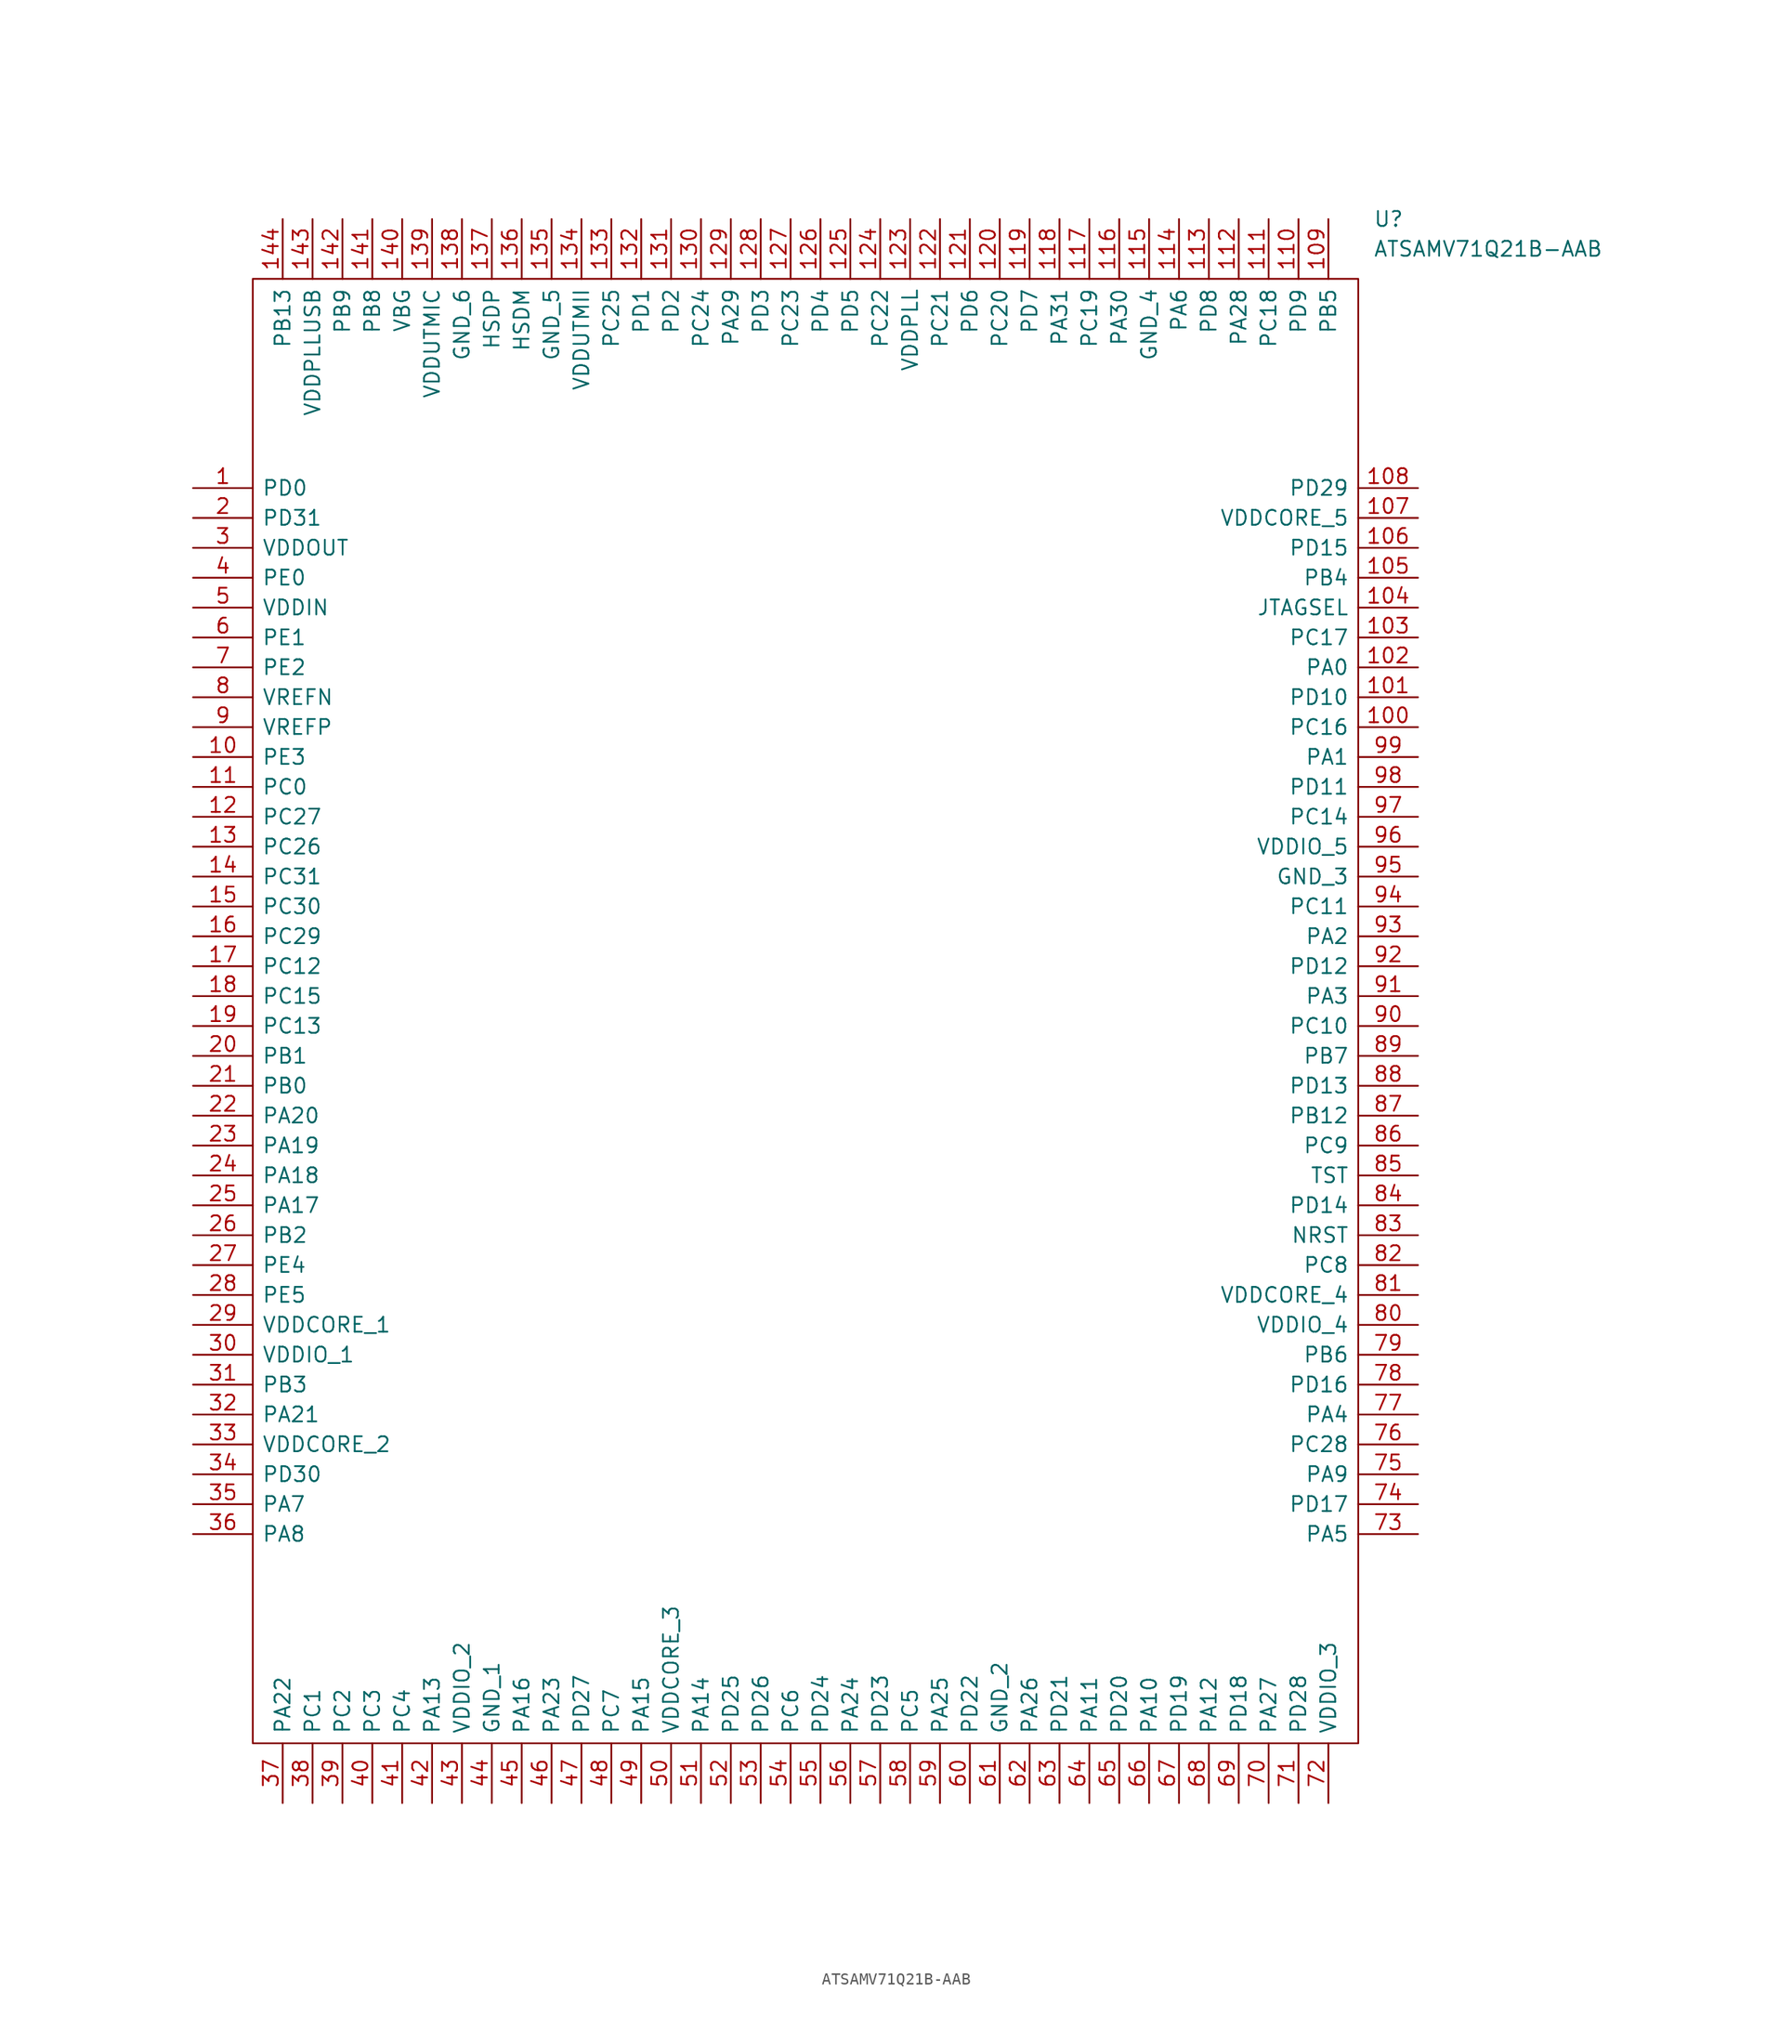
<source format=kicad_sym>
(kicad_symbol_lib
  (version 20211014)
  (generator kicad_symbol_editor)
  (symbol "ATSAMV71Q21B-AAB"
    (pin_names
      (offset 0.762))
    (property "Reference" "U"
      (at 100.33 22.86 0)
      (effects (font (size 1.27 1.27)) (justify left)))
    (property "Value" "ATSAMV71Q21B-AAB"
      (at 100.33 20.32 0)
      (effects (font (size 1.27 1.27)) (justify left)))
    (symbol "ATSAMV71Q21B-AAB_0_0"
      (pin passive line (at 0 0 0) (length 5.08) (name "PD0" (effects (font (size 1.27 1.27)))) (number "1" (effects (font (size 1.27 1.27)))))
      (pin passive line (at 0 -22.86 0) (length 5.08) (name "PE3" (effects (font (size 1.27 1.27)))) (number "10" (effects (font (size 1.27 1.27)))))
      (pin passive line (at 104.14 -20.32 180) (length 5.08) (name "PC16" (effects (font (size 1.27 1.27)))) (number "100" (effects (font (size 1.27 1.27)))))
      (pin passive line (at 104.14 -17.78 180) (length 5.08) (name "PD10" (effects (font (size 1.27 1.27)))) (number "101" (effects (font (size 1.27 1.27)))))
      (pin passive line (at 104.14 -15.24 180) (length 5.08) (name "PA0" (effects (font (size 1.27 1.27)))) (number "102" (effects (font (size 1.27 1.27)))))
      (pin passive line (at 104.14 -12.7 180) (length 5.08) (name "PC17" (effects (font (size 1.27 1.27)))) (number "103" (effects (font (size 1.27 1.27)))))
      (pin passive line (at 104.14 -10.16 180) (length 5.08) (name "JTAGSEL" (effects (font (size 1.27 1.27)))) (number "104" (effects (font (size 1.27 1.27)))))
      (pin passive line (at 104.14 -7.62 180) (length 5.08) (name "PB4" (effects (font (size 1.27 1.27)))) (number "105" (effects (font (size 1.27 1.27)))))
      (pin passive line (at 104.14 -5.08 180) (length 5.08) (name "PD15" (effects (font (size 1.27 1.27)))) (number "106" (effects (font (size 1.27 1.27)))))
      (pin passive line (at 104.14 -2.54 180) (length 5.08) (name "VDDCORE_5" (effects (font (size 1.27 1.27)))) (number "107" (effects (font (size 1.27 1.27)))))
      (pin passive line (at 104.14 0 180) (length 5.08) (name "PD29" (effects (font (size 1.27 1.27)))) (number "108" (effects (font (size 1.27 1.27)))))
      (pin passive line (at 96.52 22.86 270) (length 5.08) (name "PB5" (effects (font (size 1.27 1.27)))) (number "109" (effects (font (size 1.27 1.27)))))
      (pin passive line (at 0 -25.4 0) (length 5.08) (name "PC0" (effects (font (size 1.27 1.27)))) (number "11" (effects (font (size 1.27 1.27)))))
      (pin passive line (at 93.98 22.86 270) (length 5.08) (name "PD9" (effects (font (size 1.27 1.27)))) (number "110" (effects (font (size 1.27 1.27)))))
      (pin passive line (at 91.44 22.86 270) (length 5.08) (name "PC18" (effects (font (size 1.27 1.27)))) (number "111" (effects (font (size 1.27 1.27)))))
      (pin passive line (at 88.9 22.86 270) (length 5.08) (name "PA28" (effects (font (size 1.27 1.27)))) (number "112" (effects (font (size 1.27 1.27)))))
      (pin passive line (at 86.36 22.86 270) (length 5.08) (name "PD8" (effects (font (size 1.27 1.27)))) (number "113" (effects (font (size 1.27 1.27)))))
      (pin passive line (at 83.82 22.86 270) (length 5.08) (name "PA6" (effects (font (size 1.27 1.27)))) (number "114" (effects (font (size 1.27 1.27)))))
      (pin passive line (at 81.28 22.86 270) (length 5.08) (name "GND_4" (effects (font (size 1.27 1.27)))) (number "115" (effects (font (size 1.27 1.27)))))
      (pin passive line (at 78.74 22.86 270) (length 5.08) (name "PA30" (effects (font (size 1.27 1.27)))) (number "116" (effects (font (size 1.27 1.27)))))
      (pin passive line (at 76.2 22.86 270) (length 5.08) (name "PC19" (effects (font (size 1.27 1.27)))) (number "117" (effects (font (size 1.27 1.27)))))
      (pin passive line (at 73.66 22.86 270) (length 5.08) (name "PA31" (effects (font (size 1.27 1.27)))) (number "118" (effects (font (size 1.27 1.27)))))
      (pin passive line (at 71.12 22.86 270) (length 5.08) (name "PD7" (effects (font (size 1.27 1.27)))) (number "119" (effects (font (size 1.27 1.27)))))
      (pin passive line (at 0 -27.94 0) (length 5.08) (name "PC27" (effects (font (size 1.27 1.27)))) (number "12" (effects (font (size 1.27 1.27)))))
      (pin passive line (at 68.58 22.86 270) (length 5.08) (name "PC20" (effects (font (size 1.27 1.27)))) (number "120" (effects (font (size 1.27 1.27)))))
      (pin passive line (at 66.04 22.86 270) (length 5.08) (name "PD6" (effects (font (size 1.27 1.27)))) (number "121" (effects (font (size 1.27 1.27)))))
      (pin passive line (at 63.5 22.86 270) (length 5.08) (name "PC21" (effects (font (size 1.27 1.27)))) (number "122" (effects (font (size 1.27 1.27)))))
      (pin passive line (at 60.96 22.86 270) (length 5.08) (name "VDDPLL" (effects (font (size 1.27 1.27)))) (number "123" (effects (font (size 1.27 1.27)))))
      (pin passive line (at 58.42 22.86 270) (length 5.08) (name "PC22" (effects (font (size 1.27 1.27)))) (number "124" (effects (font (size 1.27 1.27)))))
      (pin passive line (at 55.88 22.86 270) (length 5.08) (name "PD5" (effects (font (size 1.27 1.27)))) (number "125" (effects (font (size 1.27 1.27)))))
      (pin passive line (at 53.34 22.86 270) (length 5.08) (name "PD4" (effects (font (size 1.27 1.27)))) (number "126" (effects (font (size 1.27 1.27)))))
      (pin passive line (at 50.8 22.86 270) (length 5.08) (name "PC23" (effects (font (size 1.27 1.27)))) (number "127" (effects (font (size 1.27 1.27)))))
      (pin passive line (at 48.26 22.86 270) (length 5.08) (name "PD3" (effects (font (size 1.27 1.27)))) (number "128" (effects (font (size 1.27 1.27)))))
      (pin passive line (at 45.72 22.86 270) (length 5.08) (name "PA29" (effects (font (size 1.27 1.27)))) (number "129" (effects (font (size 1.27 1.27)))))
      (pin passive line (at 0 -30.48 0) (length 5.08) (name "PC26" (effects (font (size 1.27 1.27)))) (number "13" (effects (font (size 1.27 1.27)))))
      (pin passive line (at 43.18 22.86 270) (length 5.08) (name "PC24" (effects (font (size 1.27 1.27)))) (number "130" (effects (font (size 1.27 1.27)))))
      (pin passive line (at 40.64 22.86 270) (length 5.08) (name "PD2" (effects (font (size 1.27 1.27)))) (number "131" (effects (font (size 1.27 1.27)))))
      (pin passive line (at 38.1 22.86 270) (length 5.08) (name "PD1" (effects (font (size 1.27 1.27)))) (number "132" (effects (font (size 1.27 1.27)))))
      (pin passive line (at 35.56 22.86 270) (length 5.08) (name "PC25" (effects (font (size 1.27 1.27)))) (number "133" (effects (font (size 1.27 1.27)))))
      (pin passive line (at 33.02 22.86 270) (length 5.08) (name "VDDUTMII" (effects (font (size 1.27 1.27)))) (number "134" (effects (font (size 1.27 1.27)))))
      (pin passive line (at 30.48 22.86 270) (length 5.08) (name "GND_5" (effects (font (size 1.27 1.27)))) (number "135" (effects (font (size 1.27 1.27)))))
      (pin passive line (at 27.94 22.86 270) (length 5.08) (name "HSDM" (effects (font (size 1.27 1.27)))) (number "136" (effects (font (size 1.27 1.27)))))
      (pin passive line (at 25.4 22.86 270) (length 5.08) (name "HSDP" (effects (font (size 1.27 1.27)))) (number "137" (effects (font (size 1.27 1.27)))))
      (pin passive line (at 22.86 22.86 270) (length 5.08) (name "GND_6" (effects (font (size 1.27 1.27)))) (number "138" (effects (font (size 1.27 1.27)))))
      (pin passive line (at 20.32 22.86 270) (length 5.08) (name "VDDUTMIC" (effects (font (size 1.27 1.27)))) (number "139" (effects (font (size 1.27 1.27)))))
      (pin passive line (at 0 -33.02 0) (length 5.08) (name "PC31" (effects (font (size 1.27 1.27)))) (number "14" (effects (font (size 1.27 1.27)))))
      (pin passive line (at 17.78 22.86 270) (length 5.08) (name "VBG" (effects (font (size 1.27 1.27)))) (number "140" (effects (font (size 1.27 1.27)))))
      (pin passive line (at 15.24 22.86 270) (length 5.08) (name "PB8" (effects (font (size 1.27 1.27)))) (number "141" (effects (font (size 1.27 1.27)))))
      (pin passive line (at 12.7 22.86 270) (length 5.08) (name "PB9" (effects (font (size 1.27 1.27)))) (number "142" (effects (font (size 1.27 1.27)))))
      (pin passive line (at 10.16 22.86 270) (length 5.08) (name "VDDPLLUSB" (effects (font (size 1.27 1.27)))) (number "143" (effects (font (size 1.27 1.27)))))
      (pin passive line (at 7.62 22.86 270) (length 5.08) (name "PB13" (effects (font (size 1.27 1.27)))) (number "144" (effects (font (size 1.27 1.27)))))
      (pin passive line (at 0 -35.56 0) (length 5.08) (name "PC30" (effects (font (size 1.27 1.27)))) (number "15" (effects (font (size 1.27 1.27)))))
      (pin passive line (at 0 -38.1 0) (length 5.08) (name "PC29" (effects (font (size 1.27 1.27)))) (number "16" (effects (font (size 1.27 1.27)))))
      (pin passive line (at 0 -40.64 0) (length 5.08) (name "PC12" (effects (font (size 1.27 1.27)))) (number "17" (effects (font (size 1.27 1.27)))))
      (pin passive line (at 0 -43.18 0) (length 5.08) (name "PC15" (effects (font (size 1.27 1.27)))) (number "18" (effects (font (size 1.27 1.27)))))
      (pin passive line (at 0 -45.72 0) (length 5.08) (name "PC13" (effects (font (size 1.27 1.27)))) (number "19" (effects (font (size 1.27 1.27)))))
      (pin passive line (at 0 -2.54 0) (length 5.08) (name "PD31" (effects (font (size 1.27 1.27)))) (number "2" (effects (font (size 1.27 1.27)))))
      (pin passive line (at 0 -48.26 0) (length 5.08) (name "PB1" (effects (font (size 1.27 1.27)))) (number "20" (effects (font (size 1.27 1.27)))))
      (pin passive line (at 0 -50.8 0) (length 5.08) (name "PB0" (effects (font (size 1.27 1.27)))) (number "21" (effects (font (size 1.27 1.27)))))
      (pin passive line (at 0 -53.34 0) (length 5.08) (name "PA20" (effects (font (size 1.27 1.27)))) (number "22" (effects (font (size 1.27 1.27)))))
      (pin passive line (at 0 -55.88 0) (length 5.08) (name "PA19" (effects (font (size 1.27 1.27)))) (number "23" (effects (font (size 1.27 1.27)))))
      (pin passive line (at 0 -58.42 0) (length 5.08) (name "PA18" (effects (font (size 1.27 1.27)))) (number "24" (effects (font (size 1.27 1.27)))))
      (pin passive line (at 0 -60.96 0) (length 5.08) (name "PA17" (effects (font (size 1.27 1.27)))) (number "25" (effects (font (size 1.27 1.27)))))
      (pin passive line (at 0 -63.5 0) (length 5.08) (name "PB2" (effects (font (size 1.27 1.27)))) (number "26" (effects (font (size 1.27 1.27)))))
      (pin passive line (at 0 -66.04 0) (length 5.08) (name "PE4" (effects (font (size 1.27 1.27)))) (number "27" (effects (font (size 1.27 1.27)))))
      (pin passive line (at 0 -68.58 0) (length 5.08) (name "PE5" (effects (font (size 1.27 1.27)))) (number "28" (effects (font (size 1.27 1.27)))))
      (pin passive line (at 0 -71.12 0) (length 5.08) (name "VDDCORE_1" (effects (font (size 1.27 1.27)))) (number "29" (effects (font (size 1.27 1.27)))))
      (pin passive line (at 0 -5.08 0) (length 5.08) (name "VDDOUT" (effects (font (size 1.27 1.27)))) (number "3" (effects (font (size 1.27 1.27)))))
      (pin passive line (at 0 -73.66 0) (length 5.08) (name "VDDIO_1" (effects (font (size 1.27 1.27)))) (number "30" (effects (font (size 1.27 1.27)))))
      (pin passive line (at 0 -76.2 0) (length 5.08) (name "PB3" (effects (font (size 1.27 1.27)))) (number "31" (effects (font (size 1.27 1.27)))))
      (pin passive line (at 0 -78.74 0) (length 5.08) (name "PA21" (effects (font (size 1.27 1.27)))) (number "32" (effects (font (size 1.27 1.27)))))
      (pin passive line (at 0 -81.28 0) (length 5.08) (name "VDDCORE_2" (effects (font (size 1.27 1.27)))) (number "33" (effects (font (size 1.27 1.27)))))
      (pin passive line (at 0 -83.82 0) (length 5.08) (name "PD30" (effects (font (size 1.27 1.27)))) (number "34" (effects (font (size 1.27 1.27)))))
      (pin passive line (at 0 -86.36 0) (length 5.08) (name "PA7" (effects (font (size 1.27 1.27)))) (number "35" (effects (font (size 1.27 1.27)))))
      (pin passive line (at 0 -88.9 0) (length 5.08) (name "PA8" (effects (font (size 1.27 1.27)))) (number "36" (effects (font (size 1.27 1.27)))))
      (pin passive line (at 7.62 -111.76 90) (length 5.08) (name "PA22" (effects (font (size 1.27 1.27)))) (number "37" (effects (font (size 1.27 1.27)))))
      (pin passive line (at 10.16 -111.76 90) (length 5.08) (name "PC1" (effects (font (size 1.27 1.27)))) (number "38" (effects (font (size 1.27 1.27)))))
      (pin passive line (at 12.7 -111.76 90) (length 5.08) (name "PC2" (effects (font (size 1.27 1.27)))) (number "39" (effects (font (size 1.27 1.27)))))
      (pin passive line (at 0 -7.62 0) (length 5.08) (name "PE0" (effects (font (size 1.27 1.27)))) (number "4" (effects (font (size 1.27 1.27)))))
      (pin passive line (at 15.24 -111.76 90) (length 5.08) (name "PC3" (effects (font (size 1.27 1.27)))) (number "40" (effects (font (size 1.27 1.27)))))
      (pin passive line (at 17.78 -111.76 90) (length 5.08) (name "PC4" (effects (font (size 1.27 1.27)))) (number "41" (effects (font (size 1.27 1.27)))))
      (pin passive line (at 20.32 -111.76 90) (length 5.08) (name "PA13" (effects (font (size 1.27 1.27)))) (number "42" (effects (font (size 1.27 1.27)))))
      (pin passive line (at 22.86 -111.76 90) (length 5.08) (name "VDDIO_2" (effects (font (size 1.27 1.27)))) (number "43" (effects (font (size 1.27 1.27)))))
      (pin passive line (at 25.4 -111.76 90) (length 5.08) (name "GND_1" (effects (font (size 1.27 1.27)))) (number "44" (effects (font (size 1.27 1.27)))))
      (pin passive line (at 27.94 -111.76 90) (length 5.08) (name "PA16" (effects (font (size 1.27 1.27)))) (number "45" (effects (font (size 1.27 1.27)))))
      (pin passive line (at 30.48 -111.76 90) (length 5.08) (name "PA23" (effects (font (size 1.27 1.27)))) (number "46" (effects (font (size 1.27 1.27)))))
      (pin passive line (at 33.02 -111.76 90) (length 5.08) (name "PD27" (effects (font (size 1.27 1.27)))) (number "47" (effects (font (size 1.27 1.27)))))
      (pin passive line (at 35.56 -111.76 90) (length 5.08) (name "PC7" (effects (font (size 1.27 1.27)))) (number "48" (effects (font (size 1.27 1.27)))))
      (pin passive line (at 38.1 -111.76 90) (length 5.08) (name "PA15" (effects (font (size 1.27 1.27)))) (number "49" (effects (font (size 1.27 1.27)))))
      (pin passive line (at 0 -10.16 0) (length 5.08) (name "VDDIN" (effects (font (size 1.27 1.27)))) (number "5" (effects (font (size 1.27 1.27)))))
      (pin passive line (at 40.64 -111.76 90) (length 5.08) (name "VDDCORE_3" (effects (font (size 1.27 1.27)))) (number "50" (effects (font (size 1.27 1.27)))))
      (pin passive line (at 43.18 -111.76 90) (length 5.08) (name "PA14" (effects (font (size 1.27 1.27)))) (number "51" (effects (font (size 1.27 1.27)))))
      (pin passive line (at 45.72 -111.76 90) (length 5.08) (name "PD25" (effects (font (size 1.27 1.27)))) (number "52" (effects (font (size 1.27 1.27)))))
      (pin passive line (at 48.26 -111.76 90) (length 5.08) (name "PD26" (effects (font (size 1.27 1.27)))) (number "53" (effects (font (size 1.27 1.27)))))
      (pin passive line (at 50.8 -111.76 90) (length 5.08) (name "PC6" (effects (font (size 1.27 1.27)))) (number "54" (effects (font (size 1.27 1.27)))))
      (pin passive line (at 53.34 -111.76 90) (length 5.08) (name "PD24" (effects (font (size 1.27 1.27)))) (number "55" (effects (font (size 1.27 1.27)))))
      (pin passive line (at 55.88 -111.76 90) (length 5.08) (name "PA24" (effects (font (size 1.27 1.27)))) (number "56" (effects (font (size 1.27 1.27)))))
      (pin passive line (at 58.42 -111.76 90) (length 5.08) (name "PD23" (effects (font (size 1.27 1.27)))) (number "57" (effects (font (size 1.27 1.27)))))
      (pin passive line (at 60.96 -111.76 90) (length 5.08) (name "PC5" (effects (font (size 1.27 1.27)))) (number "58" (effects (font (size 1.27 1.27)))))
      (pin passive line (at 63.5 -111.76 90) (length 5.08) (name "PA25" (effects (font (size 1.27 1.27)))) (number "59" (effects (font (size 1.27 1.27)))))
      (pin passive line (at 0 -12.7 0) (length 5.08) (name "PE1" (effects (font (size 1.27 1.27)))) (number "6" (effects (font (size 1.27 1.27)))))
      (pin passive line (at 66.04 -111.76 90) (length 5.08) (name "PD22" (effects (font (size 1.27 1.27)))) (number "60" (effects (font (size 1.27 1.27)))))
      (pin passive line (at 68.58 -111.76 90) (length 5.08) (name "GND_2" (effects (font (size 1.27 1.27)))) (number "61" (effects (font (size 1.27 1.27)))))
      (pin passive line (at 71.12 -111.76 90) (length 5.08) (name "PA26" (effects (font (size 1.27 1.27)))) (number "62" (effects (font (size 1.27 1.27)))))
      (pin passive line (at 73.66 -111.76 90) (length 5.08) (name "PD21" (effects (font (size 1.27 1.27)))) (number "63" (effects (font (size 1.27 1.27)))))
      (pin passive line (at 76.2 -111.76 90) (length 5.08) (name "PA11" (effects (font (size 1.27 1.27)))) (number "64" (effects (font (size 1.27 1.27)))))
      (pin passive line (at 78.74 -111.76 90) (length 5.08) (name "PD20" (effects (font (size 1.27 1.27)))) (number "65" (effects (font (size 1.27 1.27)))))
      (pin passive line (at 81.28 -111.76 90) (length 5.08) (name "PA10" (effects (font (size 1.27 1.27)))) (number "66" (effects (font (size 1.27 1.27)))))
      (pin passive line (at 83.82 -111.76 90) (length 5.08) (name "PD19" (effects (font (size 1.27 1.27)))) (number "67" (effects (font (size 1.27 1.27)))))
      (pin passive line (at 86.36 -111.76 90) (length 5.08) (name "PA12" (effects (font (size 1.27 1.27)))) (number "68" (effects (font (size 1.27 1.27)))))
      (pin passive line (at 88.9 -111.76 90) (length 5.08) (name "PD18" (effects (font (size 1.27 1.27)))) (number "69" (effects (font (size 1.27 1.27)))))
      (pin passive line (at 0 -15.24 0) (length 5.08) (name "PE2" (effects (font (size 1.27 1.27)))) (number "7" (effects (font (size 1.27 1.27)))))
      (pin passive line (at 91.44 -111.76 90) (length 5.08) (name "PA27" (effects (font (size 1.27 1.27)))) (number "70" (effects (font (size 1.27 1.27)))))
      (pin passive line (at 93.98 -111.76 90) (length 5.08) (name "PD28" (effects (font (size 1.27 1.27)))) (number "71" (effects (font (size 1.27 1.27)))))
      (pin passive line (at 96.52 -111.76 90) (length 5.08) (name "VDDIO_3" (effects (font (size 1.27 1.27)))) (number "72" (effects (font (size 1.27 1.27)))))
      (pin passive line (at 104.14 -88.9 180) (length 5.08) (name "PA5" (effects (font (size 1.27 1.27)))) (number "73" (effects (font (size 1.27 1.27)))))
      (pin passive line (at 104.14 -86.36 180) (length 5.08) (name "PD17" (effects (font (size 1.27 1.27)))) (number "74" (effects (font (size 1.27 1.27)))))
      (pin passive line (at 104.14 -83.82 180) (length 5.08) (name "PA9" (effects (font (size 1.27 1.27)))) (number "75" (effects (font (size 1.27 1.27)))))
      (pin passive line (at 104.14 -81.28 180) (length 5.08) (name "PC28" (effects (font (size 1.27 1.27)))) (number "76" (effects (font (size 1.27 1.27)))))
      (pin passive line (at 104.14 -78.74 180) (length 5.08) (name "PA4" (effects (font (size 1.27 1.27)))) (number "77" (effects (font (size 1.27 1.27)))))
      (pin passive line (at 104.14 -76.2 180) (length 5.08) (name "PD16" (effects (font (size 1.27 1.27)))) (number "78" (effects (font (size 1.27 1.27)))))
      (pin passive line (at 104.14 -73.66 180) (length 5.08) (name "PB6" (effects (font (size 1.27 1.27)))) (number "79" (effects (font (size 1.27 1.27)))))
      (pin passive line (at 0 -17.78 0) (length 5.08) (name "VREFN" (effects (font (size 1.27 1.27)))) (number "8" (effects (font (size 1.27 1.27)))))
      (pin passive line (at 104.14 -71.12 180) (length 5.08) (name "VDDIO_4" (effects (font (size 1.27 1.27)))) (number "80" (effects (font (size 1.27 1.27)))))
      (pin passive line (at 104.14 -68.58 180) (length 5.08) (name "VDDCORE_4" (effects (font (size 1.27 1.27)))) (number "81" (effects (font (size 1.27 1.27)))))
      (pin passive line (at 104.14 -66.04 180) (length 5.08) (name "PC8" (effects (font (size 1.27 1.27)))) (number "82" (effects (font (size 1.27 1.27)))))
      (pin passive line (at 104.14 -63.5 180) (length 5.08) (name "NRST" (effects (font (size 1.27 1.27)))) (number "83" (effects (font (size 1.27 1.27)))))
      (pin passive line (at 104.14 -60.96 180) (length 5.08) (name "PD14" (effects (font (size 1.27 1.27)))) (number "84" (effects (font (size 1.27 1.27)))))
      (pin passive line (at 104.14 -58.42 180) (length 5.08) (name "TST" (effects (font (size 1.27 1.27)))) (number "85" (effects (font (size 1.27 1.27)))))
      (pin passive line (at 104.14 -55.88 180) (length 5.08) (name "PC9" (effects (font (size 1.27 1.27)))) (number "86" (effects (font (size 1.27 1.27)))))
      (pin passive line (at 104.14 -53.34 180) (length 5.08) (name "PB12" (effects (font (size 1.27 1.27)))) (number "87" (effects (font (size 1.27 1.27)))))
      (pin passive line (at 104.14 -50.8 180) (length 5.08) (name "PD13" (effects (font (size 1.27 1.27)))) (number "88" (effects (font (size 1.27 1.27)))))
      (pin passive line (at 104.14 -48.26 180) (length 5.08) (name "PB7" (effects (font (size 1.27 1.27)))) (number "89" (effects (font (size 1.27 1.27)))))
      (pin passive line (at 0 -20.32 0) (length 5.08) (name "VREFP" (effects (font (size 1.27 1.27)))) (number "9" (effects (font (size 1.27 1.27)))))
      (pin passive line (at 104.14 -45.72 180) (length 5.08) (name "PC10" (effects (font (size 1.27 1.27)))) (number "90" (effects (font (size 1.27 1.27)))))
      (pin passive line (at 104.14 -43.18 180) (length 5.08) (name "PA3" (effects (font (size 1.27 1.27)))) (number "91" (effects (font (size 1.27 1.27)))))
      (pin passive line (at 104.14 -40.64 180) (length 5.08) (name "PD12" (effects (font (size 1.27 1.27)))) (number "92" (effects (font (size 1.27 1.27)))))
      (pin passive line (at 104.14 -38.1 180) (length 5.08) (name "PA2" (effects (font (size 1.27 1.27)))) (number "93" (effects (font (size 1.27 1.27)))))
      (pin passive line (at 104.14 -35.56 180) (length 5.08) (name "PC11" (effects (font (size 1.27 1.27)))) (number "94" (effects (font (size 1.27 1.27)))))
      (pin passive line (at 104.14 -33.02 180) (length 5.08) (name "GND_3" (effects (font (size 1.27 1.27)))) (number "95" (effects (font (size 1.27 1.27)))))
      (pin passive line (at 104.14 -30.48 180) (length 5.08) (name "VDDIO_5" (effects (font (size 1.27 1.27)))) (number "96" (effects (font (size 1.27 1.27)))))
      (pin passive line (at 104.14 -27.94 180) (length 5.08) (name "PC14" (effects (font (size 1.27 1.27)))) (number "97" (effects (font (size 1.27 1.27)))))
      (pin passive line (at 104.14 -25.4 180) (length 5.08) (name "PD11" (effects (font (size 1.27 1.27)))) (number "98" (effects (font (size 1.27 1.27)))))
      (pin passive line (at 104.14 -22.86 180) (length 5.08) (name "PA1" (effects (font (size 1.27 1.27)))) (number "99" (effects (font (size 1.27 1.27))))))
    (symbol "ATSAMV71Q21B-AAB_0_1"
      (polyline (pts (xy 5.08 17.78) (xy 99.06 17.78) (xy 99.06 -106.68) (xy 5.08 -106.68) (xy 5.08 17.78)) (stroke (width 0.152) (type default) (color 0 0 0 0)) (fill (type none))))))
</source>
